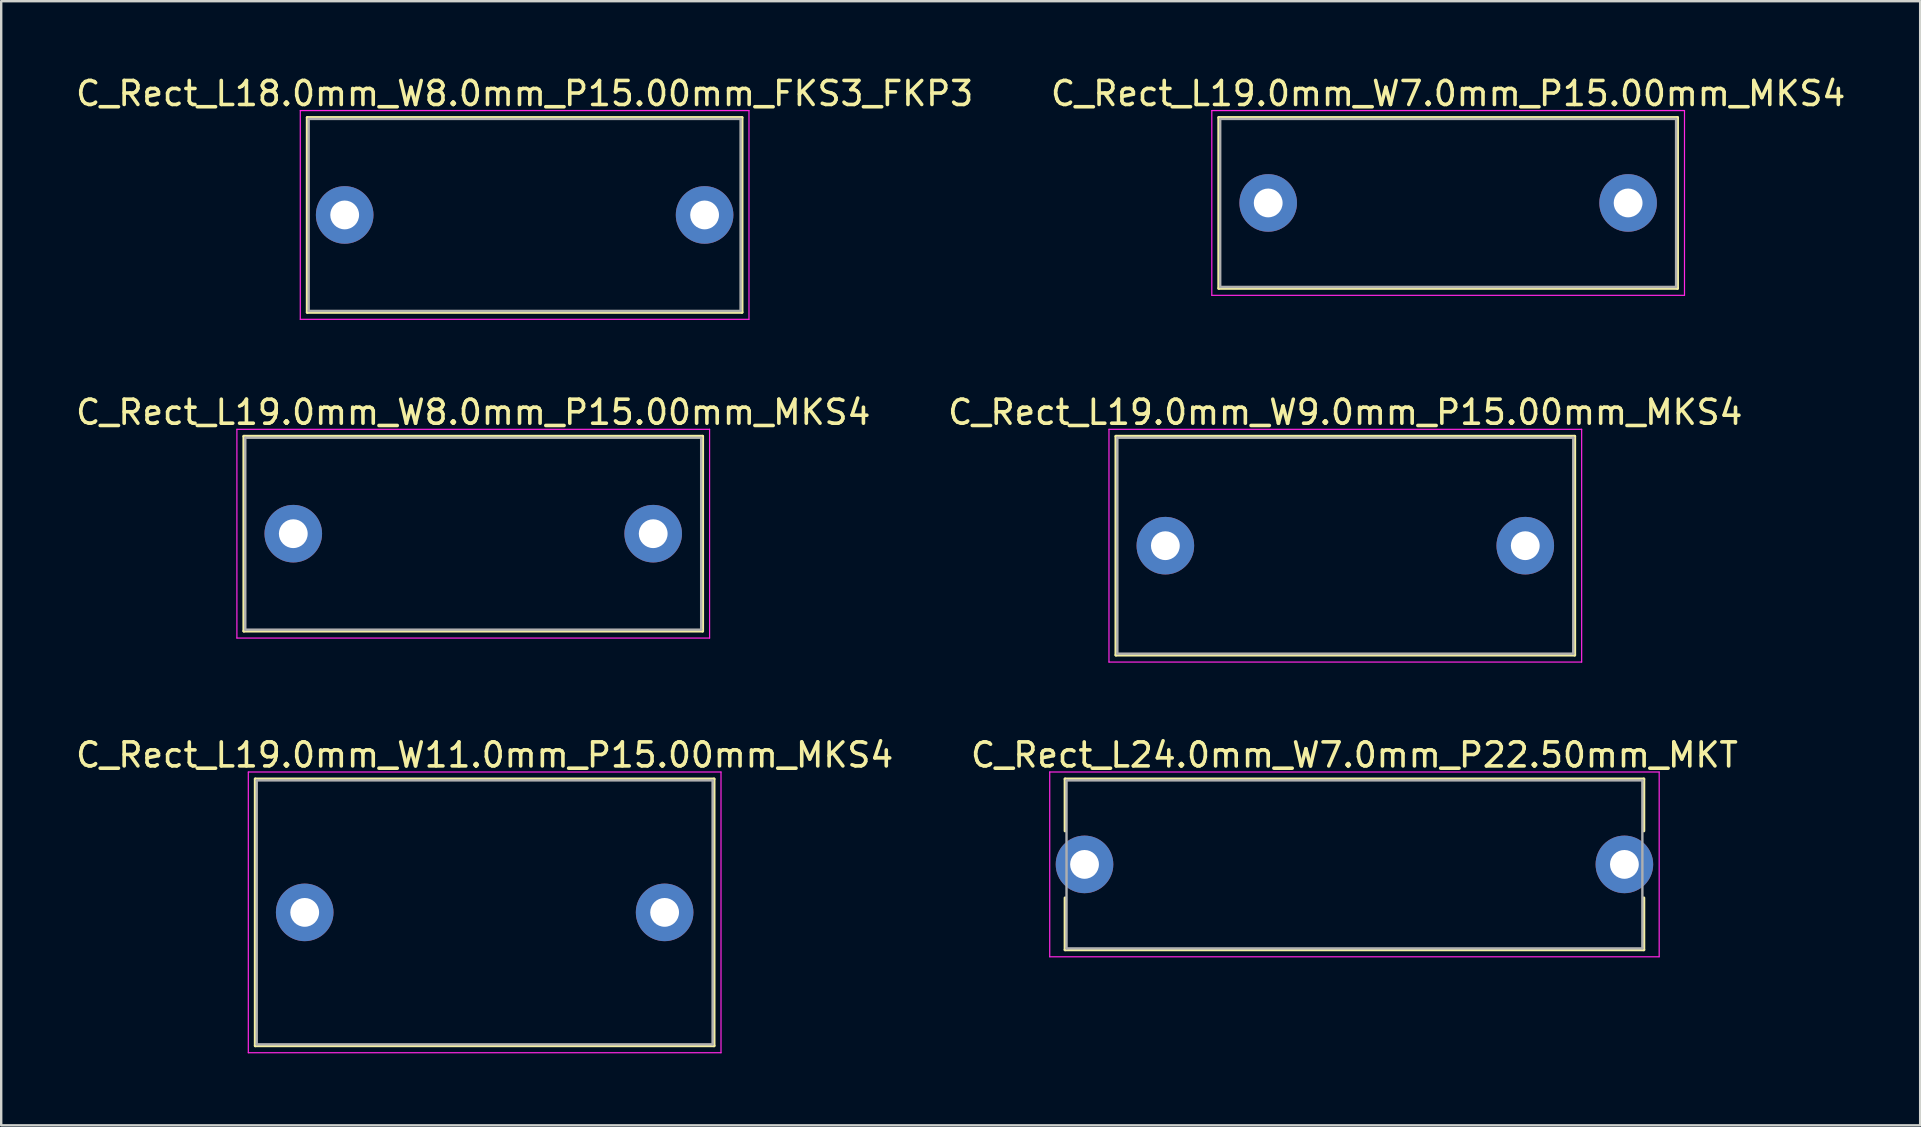
<source format=kicad_pcb>
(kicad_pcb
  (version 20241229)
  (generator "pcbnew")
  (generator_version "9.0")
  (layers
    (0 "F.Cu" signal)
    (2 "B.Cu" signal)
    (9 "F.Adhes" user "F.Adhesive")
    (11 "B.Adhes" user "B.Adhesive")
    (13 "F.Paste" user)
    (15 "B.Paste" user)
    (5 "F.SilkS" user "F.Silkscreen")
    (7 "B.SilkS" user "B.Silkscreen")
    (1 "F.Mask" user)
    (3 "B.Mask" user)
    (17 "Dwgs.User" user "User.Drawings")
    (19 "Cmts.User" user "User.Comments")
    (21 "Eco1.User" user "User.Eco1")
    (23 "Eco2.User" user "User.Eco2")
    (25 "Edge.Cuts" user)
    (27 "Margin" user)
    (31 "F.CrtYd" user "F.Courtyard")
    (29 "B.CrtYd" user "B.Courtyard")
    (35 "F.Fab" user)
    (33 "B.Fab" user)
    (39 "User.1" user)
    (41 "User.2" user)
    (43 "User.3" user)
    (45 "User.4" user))
  (footprint "C_Rect_L19.0mm_W8.0mm_P15.00mm_MKS4"
    (layer "F.Cu")
    (at 9.173 19.192)
    (property "Reference" "C_Rect_L19.0mm_W8.0mm_P15.00mm_MKS4" (at 7.5 -5.06 0) (layer "F.SilkS") (effects (font (size 1 1) (thickness 0.15))))
    (attr through_hole)
    (fp_line (start -2.06 -4.06) (end -2.06 4.06) (stroke (width 0.12) (type solid)) (layer "F.SilkS"))
    (fp_line (start -2.06 -4.06) (end 17.06 -4.06) (stroke (width 0.12) (type solid)) (layer "F.SilkS"))
    (fp_line (start -2.06 4.06) (end 17.06 4.06) (stroke (width 0.12) (type solid)) (layer "F.SilkS"))
    (fp_line (start 17.06 -4.06) (end 17.06 4.06) (stroke (width 0.12) (type solid)) (layer "F.SilkS"))
    (fp_line (start -2.35 -4.35) (end -2.35 4.35) (stroke (width 0.05) (type solid)) (layer "F.CrtYd"))
    (fp_line (start -2.35 4.35) (end 17.35 4.35) (stroke (width 0.05) (type solid)) (layer "F.CrtYd"))
    (fp_line (start 17.35 -4.35) (end -2.35 -4.35) (stroke (width 0.05) (type solid)) (layer "F.CrtYd"))
    (fp_line (start 17.35 4.35) (end 17.35 -4.35) (stroke (width 0.05) (type solid)) (layer "F.CrtYd"))
    (fp_line (start -2 -4) (end -2 4) (stroke (width 0.1) (type solid)) (layer "F.Fab"))
    (fp_line (start -2 4) (end 17 4) (stroke (width 0.1) (type solid)) (layer "F.Fab"))
    (fp_line (start 17 -4) (end -2 -4) (stroke (width 0.1) (type solid)) (layer "F.Fab"))
    (fp_line (start 17 4) (end 17 -4) (stroke (width 0.1) (type solid)) (layer "F.Fab"))
    (pad "1" thru_hole circle (at 0 0) (size 2.4 2.4) (drill 1.2) (layers "*.Cu" "*.Mask"))
    (pad "2" thru_hole circle (at 15 0) (size 2.4 2.4) (drill 1.2) (layers "*.Cu" "*.Mask")))
  (footprint "C_Rect_L24.0mm_W7.0mm_P22.50mm_MKT"
    (layer "F.Cu")
    (at 42.149 32.975)
    (property "Reference" "C_Rect_L24.0mm_W7.0mm_P22.50mm_MKT" (at 11.25 -4.56 0) (layer "F.SilkS") (effects (font (size 1 1) (thickness 0.15))))
    (attr through_hole)
    (fp_line (start -0.81 -3.56) (end -0.81 -1.395) (stroke (width 0.12) (type solid)) (layer "F.SilkS"))
    (fp_line (start -0.81 -3.56) (end 23.31 -3.56) (stroke (width 0.12) (type solid)) (layer "F.SilkS"))
    (fp_line (start -0.81 1.395) (end -0.81 3.56) (stroke (width 0.12) (type solid)) (layer "F.SilkS"))
    (fp_line (start -0.81 3.56) (end 23.31 3.56) (stroke (width 0.12) (type solid)) (layer "F.SilkS"))
    (fp_line (start 23.31 -3.56) (end 23.31 -1.395) (stroke (width 0.12) (type solid)) (layer "F.SilkS"))
    (fp_line (start 23.31 1.395) (end 23.31 3.56) (stroke (width 0.12) (type solid)) (layer "F.SilkS"))
    (fp_line (start -1.45 -3.85) (end -1.45 3.85) (stroke (width 0.05) (type solid)) (layer "F.CrtYd"))
    (fp_line (start -1.45 3.85) (end 23.95 3.85) (stroke (width 0.05) (type solid)) (layer "F.CrtYd"))
    (fp_line (start 23.95 -3.85) (end -1.45 -3.85) (stroke (width 0.05) (type solid)) (layer "F.CrtYd"))
    (fp_line (start 23.95 3.85) (end 23.95 -3.85) (stroke (width 0.05) (type solid)) (layer "F.CrtYd"))
    (fp_line (start -0.75 -3.5) (end -0.75 3.5) (stroke (width 0.1) (type solid)) (layer "F.Fab"))
    (fp_line (start -0.75 3.5) (end 23.25 3.5) (stroke (width 0.1) (type solid)) (layer "F.Fab"))
    (fp_line (start 23.25 -3.5) (end -0.75 -3.5) (stroke (width 0.1) (type solid)) (layer "F.Fab"))
    (fp_line (start 23.25 3.5) (end 23.25 -3.5) (stroke (width 0.1) (type solid)) (layer "F.Fab"))
    (pad "1" thru_hole circle (at 0 0) (size 2.4 2.4) (drill 1.2) (layers "*.Cu" "*.Mask"))
    (pad "2" thru_hole circle (at 22.5 0) (size 2.4 2.4) (drill 1.2) (layers "*.Cu" "*.Mask")))
  (footprint "C_Rect_L18.0mm_W8.0mm_P15.00mm_FKS3_FKP3"
    (layer "F.Cu")
    (at 11.315 5.908)
    (property "Reference" "C_Rect_L18.0mm_W8.0mm_P15.00mm_FKS3_FKP3" (at 7.5 -5.06 0) (layer "F.SilkS") (effects (font (size 1 1) (thickness 0.15))))
    (attr through_hole)
    (fp_line (start -1.56 -4.06) (end -1.56 4.06) (stroke (width 0.12) (type solid)) (layer "F.SilkS"))
    (fp_line (start -1.56 -4.06) (end 16.56 -4.06) (stroke (width 0.12) (type solid)) (layer "F.SilkS"))
    (fp_line (start -1.56 4.06) (end 16.56 4.06) (stroke (width 0.12) (type solid)) (layer "F.SilkS"))
    (fp_line (start 16.56 -4.06) (end 16.56 4.06) (stroke (width 0.12) (type solid)) (layer "F.SilkS"))
    (fp_line (start -1.85 -4.35) (end -1.85 4.35) (stroke (width 0.05) (type solid)) (layer "F.CrtYd"))
    (fp_line (start -1.85 4.35) (end 16.85 4.35) (stroke (width 0.05) (type solid)) (layer "F.CrtYd"))
    (fp_line (start 16.85 -4.35) (end -1.85 -4.35) (stroke (width 0.05) (type solid)) (layer "F.CrtYd"))
    (fp_line (start 16.85 4.35) (end 16.85 -4.35) (stroke (width 0.05) (type solid)) (layer "F.CrtYd"))
    (fp_line (start -1.5 -4) (end -1.5 4) (stroke (width 0.1) (type solid)) (layer "F.Fab"))
    (fp_line (start -1.5 4) (end 16.5 4) (stroke (width 0.1) (type solid)) (layer "F.Fab"))
    (fp_line (start 16.5 -4) (end -1.5 -4) (stroke (width 0.1) (type solid)) (layer "F.Fab"))
    (fp_line (start 16.5 4) (end 16.5 -4) (stroke (width 0.1) (type solid)) (layer "F.Fab"))
    (pad "1" thru_hole circle (at 0 0) (size 2.4 2.4) (drill 1.2) (layers "*.Cu" "*.Mask"))
    (pad "2" thru_hole circle (at 15 0) (size 2.4 2.4) (drill 1.2) (layers "*.Cu" "*.Mask")))
  (footprint "C_Rect_L19.0mm_W11.0mm_P15.00mm_MKS4"
    (layer "F.Cu")
    (at 9.649 34.975)
    (property "Reference" "C_Rect_L19.0mm_W11.0mm_P15.00mm_MKS4" (at 7.5 -6.56 0) (layer "F.SilkS") (effects (font (size 1 1) (thickness 0.15))))
    (attr through_hole)
    (fp_line (start -2.06 -5.56) (end -2.06 5.56) (stroke (width 0.12) (type solid)) (layer "F.SilkS"))
    (fp_line (start -2.06 -5.56) (end 17.06 -5.56) (stroke (width 0.12) (type solid)) (layer "F.SilkS"))
    (fp_line (start -2.06 5.56) (end 17.06 5.56) (stroke (width 0.12) (type solid)) (layer "F.SilkS"))
    (fp_line (start 17.06 -5.56) (end 17.06 5.56) (stroke (width 0.12) (type solid)) (layer "F.SilkS"))
    (fp_line (start -2.35 -5.85) (end -2.35 5.85) (stroke (width 0.05) (type solid)) (layer "F.CrtYd"))
    (fp_line (start -2.35 5.85) (end 17.35 5.85) (stroke (width 0.05) (type solid)) (layer "F.CrtYd"))
    (fp_line (start 17.35 -5.85) (end -2.35 -5.85) (stroke (width 0.05) (type solid)) (layer "F.CrtYd"))
    (fp_line (start 17.35 5.85) (end 17.35 -5.85) (stroke (width 0.05) (type solid)) (layer "F.CrtYd"))
    (fp_line (start -2 -5.5) (end -2 5.5) (stroke (width 0.1) (type solid)) (layer "F.Fab"))
    (fp_line (start -2 5.5) (end 17 5.5) (stroke (width 0.1) (type solid)) (layer "F.Fab"))
    (fp_line (start 17 -5.5) (end -2 -5.5) (stroke (width 0.1) (type solid)) (layer "F.Fab"))
    (fp_line (start 17 5.5) (end 17 -5.5) (stroke (width 0.1) (type solid)) (layer "F.Fab"))
    (pad "1" thru_hole circle (at 0 0) (size 2.4 2.4) (drill 1.2) (layers "*.Cu" "*.Mask"))
    (pad "2" thru_hole circle (at 15 0) (size 2.4 2.4) (drill 1.2) (layers "*.Cu" "*.Mask")))
  (footprint "C_Rect_L19.0mm_W7.0mm_P15.00mm_MKS4"
    (layer "F.Cu")
    (at 49.804 5.408)
    (property "Reference" "C_Rect_L19.0mm_W7.0mm_P15.00mm_MKS4" (at 7.5 -4.56 0) (layer "F.SilkS") (effects (font (size 1 1) (thickness 0.15))))
    (attr through_hole)
    (fp_line (start -2.06 -3.56) (end -2.06 3.56) (stroke (width 0.12) (type solid)) (layer "F.SilkS"))
    (fp_line (start -2.06 -3.56) (end 17.06 -3.56) (stroke (width 0.12) (type solid)) (layer "F.SilkS"))
    (fp_line (start -2.06 3.56) (end 17.06 3.56) (stroke (width 0.12) (type solid)) (layer "F.SilkS"))
    (fp_line (start 17.06 -3.56) (end 17.06 3.56) (stroke (width 0.12) (type solid)) (layer "F.SilkS"))
    (fp_line (start -2.35 -3.85) (end -2.35 3.85) (stroke (width 0.05) (type solid)) (layer "F.CrtYd"))
    (fp_line (start -2.35 3.85) (end 17.35 3.85) (stroke (width 0.05) (type solid)) (layer "F.CrtYd"))
    (fp_line (start 17.35 -3.85) (end -2.35 -3.85) (stroke (width 0.05) (type solid)) (layer "F.CrtYd"))
    (fp_line (start 17.35 3.85) (end 17.35 -3.85) (stroke (width 0.05) (type solid)) (layer "F.CrtYd"))
    (fp_line (start -2 -3.5) (end -2 3.5) (stroke (width 0.1) (type solid)) (layer "F.Fab"))
    (fp_line (start -2 3.5) (end 17 3.5) (stroke (width 0.1) (type solid)) (layer "F.Fab"))
    (fp_line (start 17 -3.5) (end -2 -3.5) (stroke (width 0.1) (type solid)) (layer "F.Fab"))
    (fp_line (start 17 3.5) (end 17 -3.5) (stroke (width 0.1) (type solid)) (layer "F.Fab"))
    (pad "1" thru_hole circle (at 0 0) (size 2.4 2.4) (drill 1.2) (layers "*.Cu" "*.Mask"))
    (pad "2" thru_hole circle (at 15 0) (size 2.4 2.4) (drill 1.2) (layers "*.Cu" "*.Mask")))
  (footprint "C_Rect_L19.0mm_W9.0mm_P15.00mm_MKS4"
    (layer "F.Cu")
    (at 45.518 19.692)
    (property "Reference" "C_Rect_L19.0mm_W9.0mm_P15.00mm_MKS4" (at 7.5 -5.56 0) (layer "F.SilkS") (effects (font (size 1 1) (thickness 0.15))))
    (attr through_hole)
    (fp_line (start -2.06 -4.56) (end -2.06 4.56) (stroke (width 0.12) (type solid)) (layer "F.SilkS"))
    (fp_line (start -2.06 -4.56) (end 17.06 -4.56) (stroke (width 0.12) (type solid)) (layer "F.SilkS"))
    (fp_line (start -2.06 4.56) (end 17.06 4.56) (stroke (width 0.12) (type solid)) (layer "F.SilkS"))
    (fp_line (start 17.06 -4.56) (end 17.06 4.56) (stroke (width 0.12) (type solid)) (layer "F.SilkS"))
    (fp_line (start -2.35 -4.85) (end -2.35 4.85) (stroke (width 0.05) (type solid)) (layer "F.CrtYd"))
    (fp_line (start -2.35 4.85) (end 17.35 4.85) (stroke (width 0.05) (type solid)) (layer "F.CrtYd"))
    (fp_line (start 17.35 -4.85) (end -2.35 -4.85) (stroke (width 0.05) (type solid)) (layer "F.CrtYd"))
    (fp_line (start 17.35 4.85) (end 17.35 -4.85) (stroke (width 0.05) (type solid)) (layer "F.CrtYd"))
    (fp_line (start -2 -4.5) (end -2 4.5) (stroke (width 0.1) (type solid)) (layer "F.Fab"))
    (fp_line (start -2 4.5) (end 17 4.5) (stroke (width 0.1) (type solid)) (layer "F.Fab"))
    (fp_line (start 17 -4.5) (end -2 -4.5) (stroke (width 0.1) (type solid)) (layer "F.Fab"))
    (fp_line (start 17 4.5) (end 17 -4.5) (stroke (width 0.1) (type solid)) (layer "F.Fab"))
    (pad "1" thru_hole circle (at 0 0) (size 2.4 2.4) (drill 1.2) (layers "*.Cu" "*.Mask"))
    (pad "2" thru_hole circle (at 15 0) (size 2.4 2.4) (drill 1.2) (layers "*.Cu" "*.Mask")))
  (gr_rect
    (start -3 -3)
    (end 76.976 43.85)
    (stroke (width 0.1) (type default))
    (fill no)
    (layer "Edge.Cuts")))
</source>
